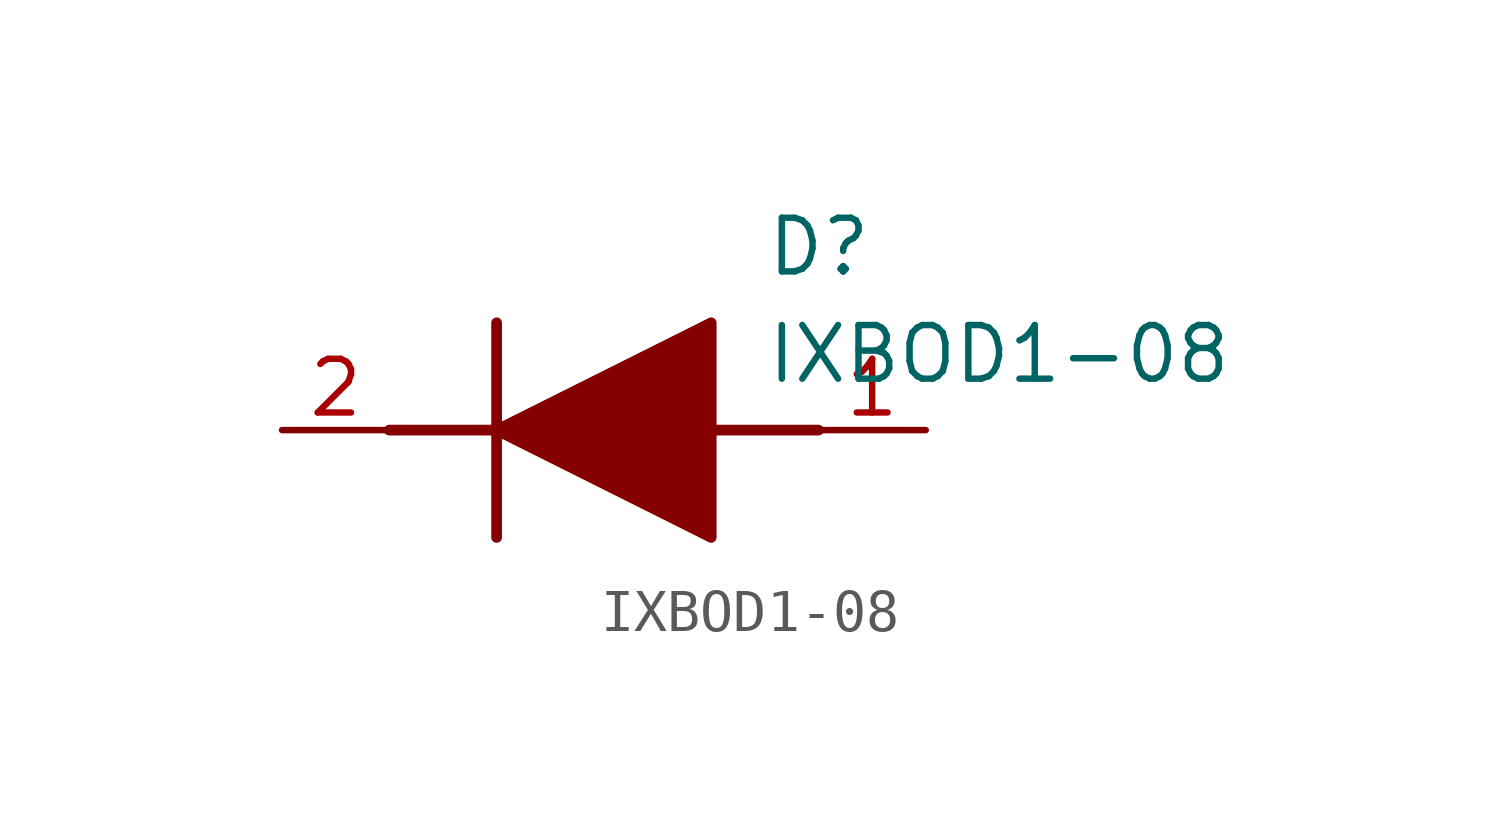
<source format=kicad_sym>
(kicad_symbol_lib
  (version 20211014)
  (generator SamacSys_ECAD_Model)
  (symbol "IXBOD1-08"
    (pin_names hide)
    (property "Reference" "D"
      (at 11.43 5.08 0)
      (effects (font (size 1.27 1.27)) (justify left top)))
    (property "Value" "IXBOD1-08"
      (at 11.43 2.54 0)
      (effects (font (size 1.27 1.27)) (justify left top)))
    (polyline
      (pts (xy 5.08 2.54) (xy 5.08 -2.54))
      (stroke (width 0.254) (type default))
      (fill (type none)))
    (polyline
      (pts (xy 2.54 0) (xy 5.08 0))
      (stroke (width 0.254) (type default))
      (fill (type none)))
    (polyline
      (pts (xy 10.16 0) (xy 12.7 0))
      (stroke (width 0.254) (type default))
      (fill (type none)))
    (polyline
      (pts (xy 5.08 0) (xy 10.16 2.54) (xy 10.16 -2.54) (xy 5.08 0))
      (stroke (width 0.254) (type default))
      (fill (type outline)))
    (pin passive line
      (at 0 0 0)
      (length 2.54)
      (name "K" (effects (font (size 1.27 1.27))))
      (number "2" (effects (font (size 1.27 1.27)))))
    (pin passive line
      (at 15.24 0 180)
      (length 2.54)
      (name "A" (effects (font (size 1.27 1.27))))
      (number "1" (effects (font (size 1.27 1.27)))))))
</source>
